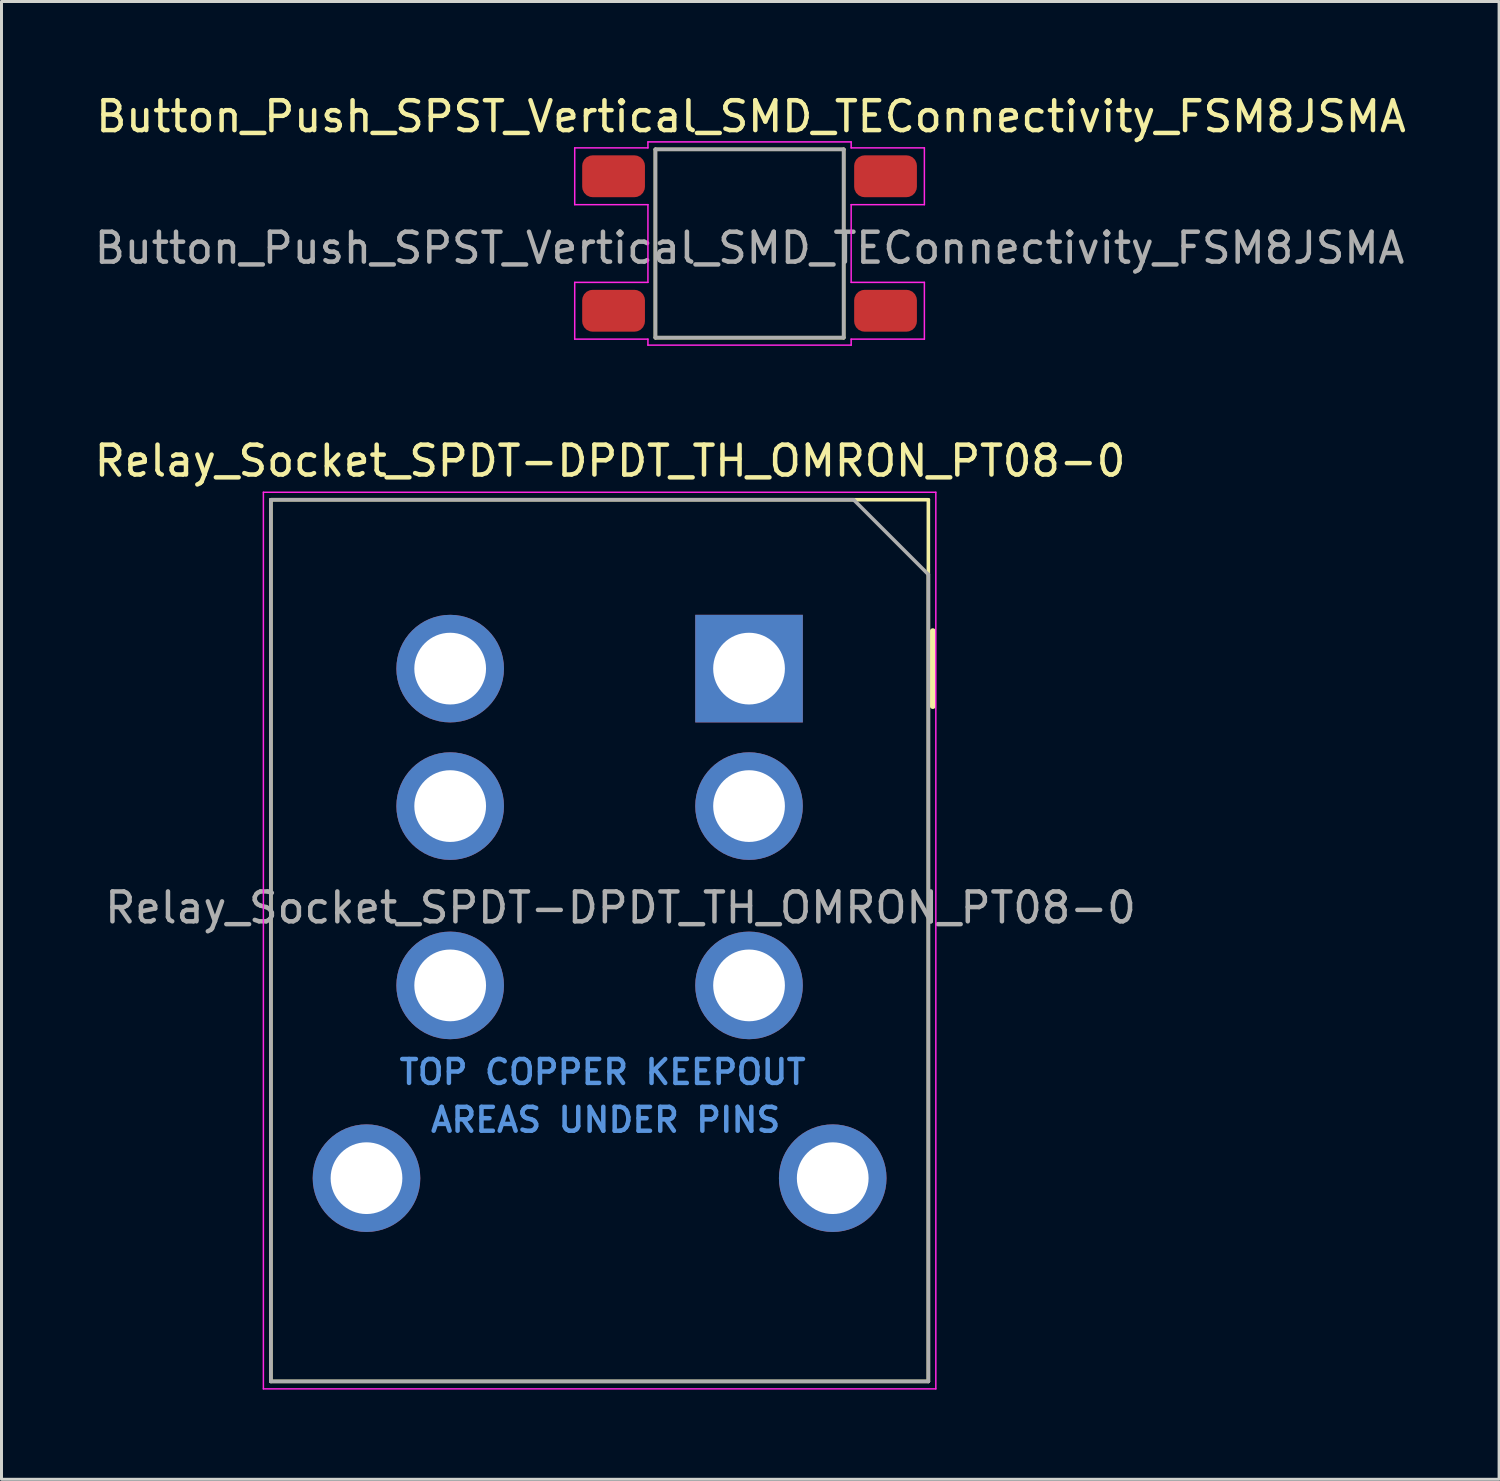
<source format=kicad_pcb>
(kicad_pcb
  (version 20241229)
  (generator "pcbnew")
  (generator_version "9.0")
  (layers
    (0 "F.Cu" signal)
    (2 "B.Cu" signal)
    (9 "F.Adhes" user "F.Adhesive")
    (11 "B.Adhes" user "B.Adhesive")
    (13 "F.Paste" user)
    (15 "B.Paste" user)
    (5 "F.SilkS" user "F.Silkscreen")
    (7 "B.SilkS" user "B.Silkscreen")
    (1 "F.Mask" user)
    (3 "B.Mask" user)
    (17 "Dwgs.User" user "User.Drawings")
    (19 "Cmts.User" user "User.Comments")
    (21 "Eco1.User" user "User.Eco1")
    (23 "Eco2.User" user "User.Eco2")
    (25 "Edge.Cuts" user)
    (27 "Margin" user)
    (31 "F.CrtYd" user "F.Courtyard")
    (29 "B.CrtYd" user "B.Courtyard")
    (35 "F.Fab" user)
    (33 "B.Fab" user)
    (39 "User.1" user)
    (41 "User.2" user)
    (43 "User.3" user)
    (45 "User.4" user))
  (footprint "Relay_Socket_SPDT-DPDT_TH_OMRON_PT08-0"
    (layer "F.Cu")
    (at 22.013 19.322)
    (property "Reference" "Relay_Socket_SPDT-DPDT_TH_OMRON_PT08-0" (at -4.65 -6.95 0) (unlocked yes) (layer "F.SilkS") (effects (font (size 1 1) (thickness 0.15))))
    (attr through_hole)
    (fp_line (start -16 -5.65) (end 6 -5.65) (stroke (width 0.12) (type solid)) (layer "F.SilkS"))
    (fp_line (start -16 23.85) (end -16 -5.65) (stroke (width 0.12) (type solid)) (layer "F.SilkS"))
    (fp_line (start 6 -5.65) (end 6 23.85) (stroke (width 0.12) (type solid)) (layer "F.SilkS"))
    (fp_line (start 6 23.85) (end -16 23.85) (stroke (width 0.12) (type solid)) (layer "F.SilkS"))
    (fp_line (start 6.15 -1.25) (end 6.15 1.25) (stroke (width 0.2) (type solid)) (layer "F.SilkS"))
    (fp_line (start -16.25 -5.9) (end 6.25 -5.9) (stroke (width 0.05) (type solid)) (layer "F.CrtYd"))
    (fp_line (start -16.25 24.1) (end -16.25 -5.9) (stroke (width 0.05) (type solid)) (layer "F.CrtYd"))
    (fp_line (start 6.25 -5.9) (end 6.25 24.1) (stroke (width 0.05) (type solid)) (layer "F.CrtYd"))
    (fp_line (start 6.25 24.1) (end -16.25 24.1) (stroke (width 0.05) (type solid)) (layer "F.CrtYd"))
    (fp_line (start -16 -5.65) (end 3.5 -5.65) (stroke (width 0.12) (type solid)) (layer "F.Fab"))
    (fp_line (start -16 23.85) (end -16 -5.65) (stroke (width 0.12) (type solid)) (layer "F.Fab"))
    (fp_line (start 3.5 -5.65) (end 6 -3.15) (stroke (width 0.12) (type solid)) (layer "F.Fab"))
    (fp_line (start 6 -3.15) (end 6 23.85) (stroke (width 0.12) (type solid)) (layer "F.Fab"))
    (fp_line (start 6 23.85) (end -16 23.85) (stroke (width 0.12) (type solid)) (layer "F.Fab"))
    (fp_text user "TOP COPPER KEEPOUT" (at -4.9 13.5 0) (layer "Cmts.User") (effects (font (size 0.8 0.8) (thickness 0.15))))
    (fp_text user "AREAS UNDER PINS" (at -4.8 15.1 0) (layer "Cmts.User") (effects (font (size 0.8 0.8) (thickness 0.15))))
    (fp_text user "${REFERENCE}" (at -4.3 8 0) (layer "F.Fab") (effects (font (size 1 1) (thickness 0.15))))
    (pad "1" thru_hole rect (at 0 0) (size 3.6 3.6) (drill 2.4) (layers "*.Cu" "*.Mask"))
    (pad "2" thru_hole circle (at -10 0) (size 3.6 3.6) (drill 2.4) (layers "*.Cu" "*.Mask"))
    (pad "3" thru_hole circle (at 0 4.6) (size 3.6 3.6) (drill 2.4) (layers "*.Cu" "*.Mask"))
    (pad "4" thru_hole circle (at -10 4.6) (size 3.6 3.6) (drill 2.4) (layers "*.Cu" "*.Mask"))
    (pad "5" thru_hole circle (at 0 10.6) (size 3.6 3.6) (drill 2.4) (layers "*.Cu" "*.Mask"))
    (pad "6" thru_hole circle (at -10 10.6) (size 3.6 3.6) (drill 2.4) (layers "*.Cu" "*.Mask"))
    (pad "7" thru_hole circle (at 2.8 17.05) (size 3.6 3.6) (drill 2.4) (layers "*.Cu" "*.Mask"))
    (pad "8" thru_hole circle (at -12.8 17.05) (size 3.6 3.6) (drill 2.4) (layers "*.Cu" "*.Mask"))
    (zone (net_name "") (layer "F.Cu") (hatch edge 0.508) (connect_pads) (min_thickness 0.254) (filled_areas_thickness no) (keepout (tracks allowed) (vias not_allowed) (pads allowed) (copperpour not_allowed) (footprints allowed)) (placement (enabled no)) (fill) (polygon (pts (xy 9.013 23.221) (xy 15.013 23.221) (xy 15.013 24.622) (xy 9.013 24.622))))
    (zone (net_name "") (layer "F.Cu") (hatch edge 0.508) (connect_pads) (min_thickness 0.254) (filled_areas_thickness no) (keepout (tracks allowed) (vias not_allowed) (pads allowed) (copperpour not_allowed) (footprints allowed)) (placement (enabled no)) (fill) (polygon (pts (xy 9.013 29.221) (xy 15.013 29.221) (xy 15.013 30.622) (xy 9.013 30.622))))
    (zone (net_name "") (layer "F.Cu") (hatch edge 0.508) (connect_pads) (min_thickness 0.254) (filled_areas_thickness no) (keepout (tracks allowed) (vias not_allowed) (pads allowed) (copperpour not_allowed) (footprints allowed)) (placement (enabled no)) (fill) (polygon (pts (xy 9.913 39.371) (xy 8.513 39.371) (xy 8.513 33.371) (xy 9.913 33.371))))
    (zone (net_name "") (layer "F.Cu") (hatch edge 0.508) (connect_pads) (min_thickness 0.254) (filled_areas_thickness no) (keepout (tracks allowed) (vias not_allowed) (pads allowed) (copperpour not_allowed) (footprints allowed)) (placement (enabled no)) (fill) (polygon (pts (xy 15.013 20.021) (xy 9.013 20.021) (xy 9.013 18.622) (xy 15.013 18.622))))
    (zone (net_name "") (layer "F.Cu") (hatch edge 0.508) (connect_pads) (min_thickness 0.254) (filled_areas_thickness no) (keepout (tracks allowed) (vias not_allowed) (pads allowed) (copperpour not_allowed) (footprints allowed)) (placement (enabled no)) (fill) (polygon (pts (xy 19.013 18.622) (xy 25.013 18.622) (xy 25.013 20.021) (xy 19.013 20.021))))
    (zone (net_name "") (layer "F.Cu") (hatch edge 0.508) (connect_pads) (min_thickness 0.254) (filled_areas_thickness no) (keepout (tracks allowed) (vias not_allowed) (pads allowed) (copperpour not_allowed) (footprints allowed)) (placement (enabled no)) (fill) (polygon (pts (xy 19.013 23.221) (xy 25.013 23.221) (xy 25.013 24.622) (xy 19.013 24.622))))
    (zone (net_name "") (layer "F.Cu") (hatch edge 0.508) (connect_pads) (min_thickness 0.254) (filled_areas_thickness no) (keepout (tracks allowed) (vias not_allowed) (pads allowed) (copperpour not_allowed) (footprints allowed)) (placement (enabled no)) (fill) (polygon (pts (xy 19.013 29.221) (xy 25.013 29.221) (xy 25.013 30.622) (xy 19.013 30.622))))
    (zone (net_name "") (layer "F.Cu") (hatch edge 0.508) (connect_pads) (min_thickness 0.254) (filled_areas_thickness no) (keepout (tracks allowed) (vias not_allowed) (pads allowed) (copperpour not_allowed) (footprints allowed)) (placement (enabled no)) (fill) (polygon (pts (xy 25.513 39.371) (xy 24.113 39.371) (xy 24.113 33.371) (xy 25.513 33.371)))))
  (footprint "Button_Push_SPST_Vertical_SMD_TEConnectivity_FSM8JSMA"
    (layer "F.Cu")
    (at 22.03 5.098)
    (property "Reference" "Button_Push_SPST_Vertical_SMD_TEConnectivity_FSM8JSMA" (at 0.05 -4.25 0) (unlocked yes) (layer "F.SilkS") (effects (font (size 1 1) (thickness 0.15))))
    (attr smd)
    (fp_line (start -3.15 -3.15) (end -3.15 3.15) (stroke (width 0.12) (type solid)) (layer "F.SilkS"))
    (fp_line (start -3.15 3.15) (end 3.15 3.15) (stroke (width 0.12) (type solid)) (layer "F.SilkS"))
    (fp_line (start 3.15 -3.15) (end -3.15 -3.15) (stroke (width 0.12) (type solid)) (layer "F.SilkS"))
    (fp_line (start 3.15 3.15) (end 3.15 -3.15) (stroke (width 0.12) (type solid)) (layer "F.SilkS"))
    (fp_line (start -5.85 -3.2) (end -3.4 -3.2) (stroke (width 0.05) (type solid)) (layer "F.CrtYd"))
    (fp_line (start -5.85 -1.3) (end -5.85 -3.2) (stroke (width 0.05) (type solid)) (layer "F.CrtYd"))
    (fp_line (start -5.85 1.3) (end -3.4 1.3) (stroke (width 0.05) (type solid)) (layer "F.CrtYd"))
    (fp_line (start -5.85 3.2) (end -5.85 1.3) (stroke (width 0.05) (type solid)) (layer "F.CrtYd"))
    (fp_line (start -3.4 -3.2) (end -3.4 -3.4) (stroke (width 0.05) (type solid)) (layer "F.CrtYd"))
    (fp_line (start -3.4 -1.3) (end -5.85 -1.3) (stroke (width 0.05) (type solid)) (layer "F.CrtYd"))
    (fp_line (start -3.4 1.3) (end -3.4 -1.3) (stroke (width 0.05) (type solid)) (layer "F.CrtYd"))
    (fp_line (start -3.4 3.2) (end -5.85 3.2) (stroke (width 0.05) (type solid)) (layer "F.CrtYd"))
    (fp_line (start -3.4 3.4) (end -3.4 3.2) (stroke (width 0.05) (type solid)) (layer "F.CrtYd"))
    (fp_line (start -3.4 3.4) (end 3.4 3.4) (stroke (width 0.05) (type solid)) (layer "F.CrtYd"))
    (fp_line (start 3.4 -3.4) (end -3.4 -3.4) (stroke (width 0.05) (type solid)) (layer "F.CrtYd"))
    (fp_line (start 3.4 -3.4) (end 3.4 -3.2) (stroke (width 0.05) (type solid)) (layer "F.CrtYd"))
    (fp_line (start 3.4 -3.2) (end 5.85 -3.2) (stroke (width 0.05) (type solid)) (layer "F.CrtYd"))
    (fp_line (start 3.4 -1.3) (end 3.4 1.3) (stroke (width 0.05) (type solid)) (layer "F.CrtYd"))
    (fp_line (start 3.4 1.3) (end 5.85 1.3) (stroke (width 0.05) (type solid)) (layer "F.CrtYd"))
    (fp_line (start 3.4 3.2) (end 3.4 3.4) (stroke (width 0.05) (type solid)) (layer "F.CrtYd"))
    (fp_line (start 5.85 -3.2) (end 5.85 -1.3) (stroke (width 0.05) (type solid)) (layer "F.CrtYd"))
    (fp_line (start 5.85 -1.3) (end 3.4 -1.3) (stroke (width 0.05) (type solid)) (layer "F.CrtYd"))
    (fp_line (start 5.85 1.3) (end 5.85 3.2) (stroke (width 0.05) (type solid)) (layer "F.CrtYd"))
    (fp_line (start 5.85 3.2) (end 3.4 3.2) (stroke (width 0.05) (type solid)) (layer "F.CrtYd"))
    (fp_line (start -3.15 -3.15) (end -3.15 3.15) (stroke (width 0.12) (type solid)) (layer "F.Fab"))
    (fp_line (start -3.15 3.15) (end 3.15 3.15) (stroke (width 0.12) (type solid)) (layer "F.Fab"))
    (fp_line (start 3.15 -3.15) (end -3.15 -3.15) (stroke (width 0.12) (type solid)) (layer "F.Fab"))
    (fp_line (start 3.15 3.15) (end 3.15 -3.15) (stroke (width 0.12) (type solid)) (layer "F.Fab"))
    (fp_text user "${REFERENCE}" (at 0 0.15 0) (layer "F.Fab") (effects (font (size 1 1) (thickness 0.15))))
    (pad "1" smd roundrect (at -4.55 -2.25) (size 2.1 1.4) (layers "F.Cu" "F.Mask" "F.Paste") (roundrect_rratio 0.25))
    (pad "2" smd roundrect (at 4.55 -2.25) (size 2.1 1.4) (layers "F.Cu" "F.Mask" "F.Paste") (roundrect_rratio 0.25))
    (pad "3" smd roundrect (at -4.55 2.25) (size 2.1 1.4) (layers "F.Cu" "F.Mask" "F.Paste") (roundrect_rratio 0.25))
    (pad "4" smd roundrect (at 4.55 2.25) (size 2.1 1.4) (layers "F.Cu" "F.Mask" "F.Paste") (roundrect_rratio 0.25)))
  (gr_rect
    (start -3 -3)
    (end 47.11 46.447)
    (stroke (width 0.1) (type default))
    (fill no)
    (layer "Edge.Cuts")))
</source>
